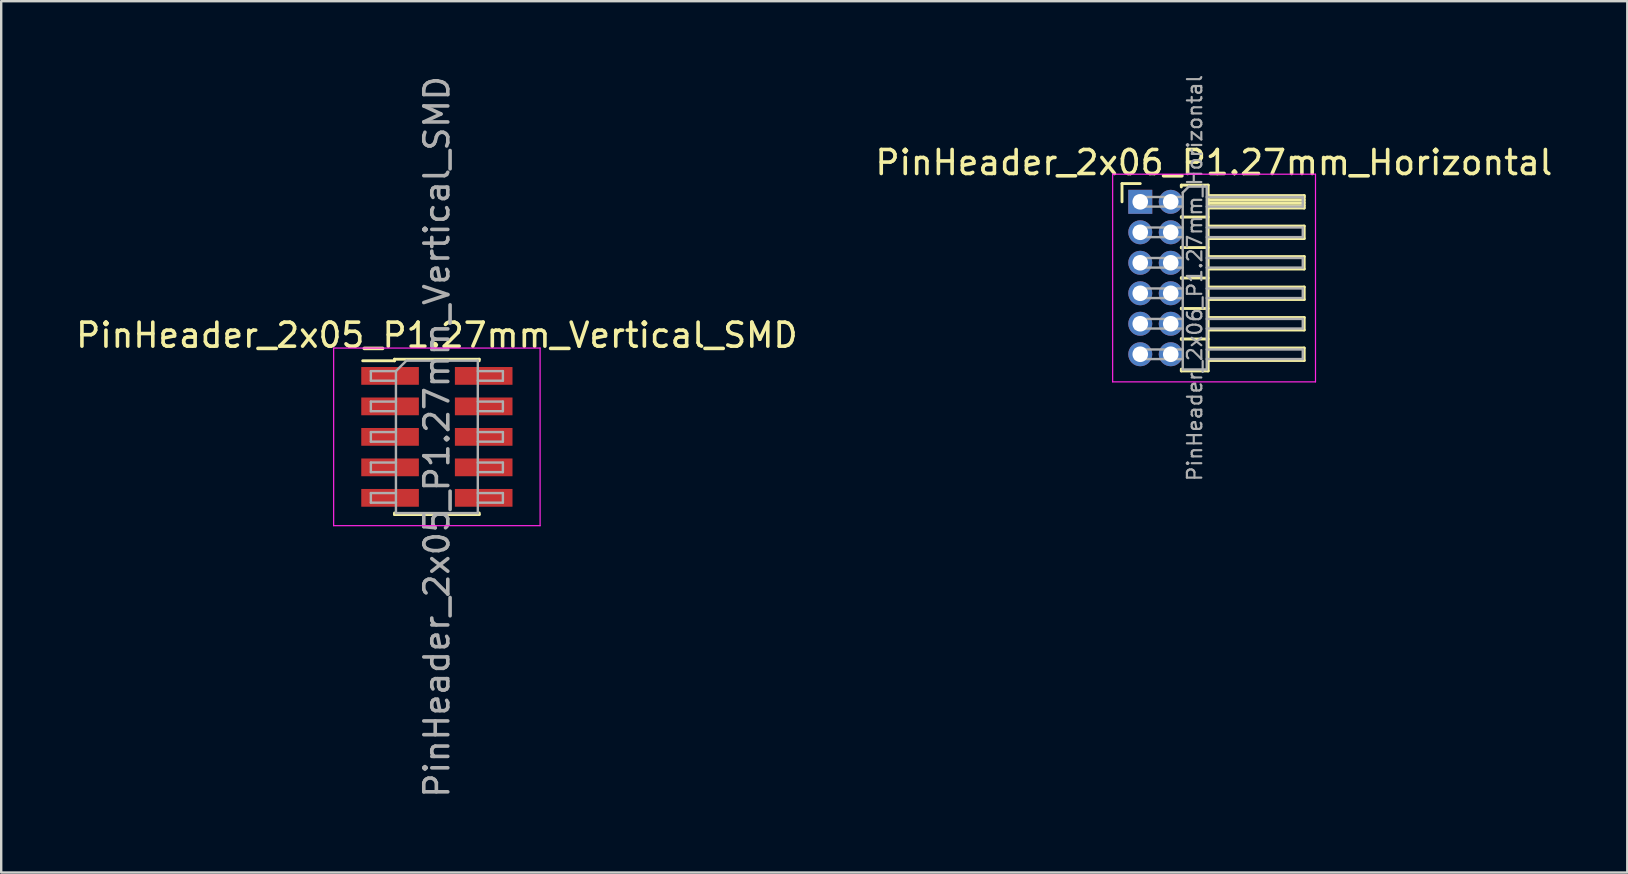
<source format=kicad_pcb>
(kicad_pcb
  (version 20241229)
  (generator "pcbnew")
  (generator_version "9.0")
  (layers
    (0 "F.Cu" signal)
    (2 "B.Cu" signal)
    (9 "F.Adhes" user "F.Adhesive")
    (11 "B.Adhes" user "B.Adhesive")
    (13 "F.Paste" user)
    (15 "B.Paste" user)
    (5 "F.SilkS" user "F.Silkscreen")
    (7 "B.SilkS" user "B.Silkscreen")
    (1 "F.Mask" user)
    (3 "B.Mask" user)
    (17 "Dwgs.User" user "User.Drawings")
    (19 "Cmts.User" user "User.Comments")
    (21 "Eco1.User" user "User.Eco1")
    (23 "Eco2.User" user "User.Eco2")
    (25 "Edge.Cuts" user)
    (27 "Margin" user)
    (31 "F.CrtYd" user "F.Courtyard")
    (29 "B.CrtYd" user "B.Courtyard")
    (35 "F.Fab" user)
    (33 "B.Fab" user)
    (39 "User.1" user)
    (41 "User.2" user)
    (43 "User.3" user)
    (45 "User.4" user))
  (footprint "PinHeader_2x06_P1.27mm_Horizontal"
    (layer "F.Cu")
    (at 44.45 5.357)
    (property "Reference" "PinHeader_2x06_P1.27mm_Horizontal" (at 3.067 -1.635 0) (layer "F.SilkS") (effects (font (size 1 1) (thickness 0.15))))
    (attr through_hole)
    (fp_line (start -0.76 -0.76) (end 0 -0.76) (stroke (width 0.12) (type solid)) (layer "F.SilkS"))
    (fp_line (start -0.76 0) (end -0.76 -0.76) (stroke (width 0.12) (type solid)) (layer "F.SilkS"))
    (fp_line (start 1.71 -0.695) (end 2.83 -0.695) (stroke (width 0.12) (type solid)) (layer "F.SilkS"))
    (fp_line (start 1.71 -0.62) (end 1.71 -0.695) (stroke (width 0.12) (type solid)) (layer "F.SilkS"))
    (fp_line (start 1.71 0.62) (end 1.71 0.65) (stroke (width 0.12) (type solid)) (layer "F.SilkS"))
    (fp_line (start 1.71 0.635) (end 2.83 0.635) (stroke (width 0.12) (type solid)) (layer "F.SilkS"))
    (fp_line (start 1.71 1.89) (end 1.71 1.92) (stroke (width 0.12) (type solid)) (layer "F.SilkS"))
    (fp_line (start 1.71 1.905) (end 2.83 1.905) (stroke (width 0.12) (type solid)) (layer "F.SilkS"))
    (fp_line (start 1.71 3.16) (end 1.71 3.19) (stroke (width 0.12) (type solid)) (layer "F.SilkS"))
    (fp_line (start 1.71 3.175) (end 2.83 3.175) (stroke (width 0.12) (type solid)) (layer "F.SilkS"))
    (fp_line (start 1.71 4.43) (end 1.71 4.46) (stroke (width 0.12) (type solid)) (layer "F.SilkS"))
    (fp_line (start 1.71 4.445) (end 2.83 4.445) (stroke (width 0.12) (type solid)) (layer "F.SilkS"))
    (fp_line (start 1.71 5.7) (end 1.71 5.73) (stroke (width 0.12) (type solid)) (layer "F.SilkS"))
    (fp_line (start 1.71 5.715) (end 2.83 5.715) (stroke (width 0.12) (type solid)) (layer "F.SilkS"))
    (fp_line (start 1.71 7.045) (end 1.71 6.97) (stroke (width 0.12) (type solid)) (layer "F.SilkS"))
    (fp_line (start 2.83 -0.695) (end 2.83 7.045) (stroke (width 0.12) (type solid)) (layer "F.SilkS"))
    (fp_line (start 2.83 -0.26) (end 6.83 -0.26) (stroke (width 0.12) (type solid)) (layer "F.SilkS"))
    (fp_line (start 2.83 -0.2) (end 6.83 -0.2) (stroke (width 0.12) (type solid)) (layer "F.SilkS"))
    (fp_line (start 2.83 -0.08) (end 6.83 -0.08) (stroke (width 0.12) (type solid)) (layer "F.SilkS"))
    (fp_line (start 2.83 0.04) (end 6.83 0.04) (stroke (width 0.12) (type solid)) (layer "F.SilkS"))
    (fp_line (start 2.83 0.16) (end 6.83 0.16) (stroke (width 0.12) (type solid)) (layer "F.SilkS"))
    (fp_line (start 2.83 1.01) (end 6.83 1.01) (stroke (width 0.12) (type solid)) (layer "F.SilkS"))
    (fp_line (start 2.83 2.28) (end 6.83 2.28) (stroke (width 0.12) (type solid)) (layer "F.SilkS"))
    (fp_line (start 2.83 3.55) (end 6.83 3.55) (stroke (width 0.12) (type solid)) (layer "F.SilkS"))
    (fp_line (start 2.83 4.82) (end 6.83 4.82) (stroke (width 0.12) (type solid)) (layer "F.SilkS"))
    (fp_line (start 2.83 6.09) (end 6.83 6.09) (stroke (width 0.12) (type solid)) (layer "F.SilkS"))
    (fp_line (start 2.83 7.045) (end 1.71 7.045) (stroke (width 0.12) (type solid)) (layer "F.SilkS"))
    (fp_line (start 6.83 -0.26) (end 6.83 0.26) (stroke (width 0.12) (type solid)) (layer "F.SilkS"))
    (fp_line (start 6.83 0.26) (end 2.83 0.26) (stroke (width 0.12) (type solid)) (layer "F.SilkS"))
    (fp_line (start 6.83 1.01) (end 6.83 1.53) (stroke (width 0.12) (type solid)) (layer "F.SilkS"))
    (fp_line (start 6.83 1.53) (end 2.83 1.53) (stroke (width 0.12) (type solid)) (layer "F.SilkS"))
    (fp_line (start 6.83 2.28) (end 6.83 2.8) (stroke (width 0.12) (type solid)) (layer "F.SilkS"))
    (fp_line (start 6.83 2.8) (end 2.83 2.8) (stroke (width 0.12) (type solid)) (layer "F.SilkS"))
    (fp_line (start 6.83 3.55) (end 6.83 4.07) (stroke (width 0.12) (type solid)) (layer "F.SilkS"))
    (fp_line (start 6.83 4.07) (end 2.83 4.07) (stroke (width 0.12) (type solid)) (layer "F.SilkS"))
    (fp_line (start 6.83 4.82) (end 6.83 5.34) (stroke (width 0.12) (type solid)) (layer "F.SilkS"))
    (fp_line (start 6.83 5.34) (end 2.83 5.34) (stroke (width 0.12) (type solid)) (layer "F.SilkS"))
    (fp_line (start 6.83 6.09) (end 6.83 6.61) (stroke (width 0.12) (type solid)) (layer "F.SilkS"))
    (fp_line (start 6.83 6.61) (end 2.83 6.61) (stroke (width 0.12) (type solid)) (layer "F.SilkS"))
    (fp_line (start -1.15 -1.15) (end -1.15 7.5) (stroke (width 0.05) (type solid)) (layer "F.CrtYd"))
    (fp_line (start -1.15 7.5) (end 7.3 7.5) (stroke (width 0.05) (type solid)) (layer "F.CrtYd"))
    (fp_line (start 7.3 -1.15) (end -1.15 -1.15) (stroke (width 0.05) (type solid)) (layer "F.CrtYd"))
    (fp_line (start 7.3 7.5) (end 7.3 -1.15) (stroke (width 0.05) (type solid)) (layer "F.CrtYd"))
    (fp_line (start -0.2 -0.2) (end -0.2 0.2) (stroke (width 0.1) (type solid)) (layer "F.Fab"))
    (fp_line (start -0.2 -0.2) (end 1.77 -0.2) (stroke (width 0.1) (type solid)) (layer "F.Fab"))
    (fp_line (start -0.2 0.2) (end 1.77 0.2) (stroke (width 0.1) (type solid)) (layer "F.Fab"))
    (fp_line (start -0.2 1.07) (end -0.2 1.47) (stroke (width 0.1) (type solid)) (layer "F.Fab"))
    (fp_line (start -0.2 1.07) (end 1.77 1.07) (stroke (width 0.1) (type solid)) (layer "F.Fab"))
    (fp_line (start -0.2 1.47) (end 1.77 1.47) (stroke (width 0.1) (type solid)) (layer "F.Fab"))
    (fp_line (start -0.2 2.34) (end -0.2 2.74) (stroke (width 0.1) (type solid)) (layer "F.Fab"))
    (fp_line (start -0.2 2.34) (end 1.77 2.34) (stroke (width 0.1) (type solid)) (layer "F.Fab"))
    (fp_line (start -0.2 2.74) (end 1.77 2.74) (stroke (width 0.1) (type solid)) (layer "F.Fab"))
    (fp_line (start -0.2 3.61) (end -0.2 4.01) (stroke (width 0.1) (type solid)) (layer "F.Fab"))
    (fp_line (start -0.2 3.61) (end 1.77 3.61) (stroke (width 0.1) (type solid)) (layer "F.Fab"))
    (fp_line (start -0.2 4.01) (end 1.77 4.01) (stroke (width 0.1) (type solid)) (layer "F.Fab"))
    (fp_line (start -0.2 4.88) (end -0.2 5.28) (stroke (width 0.1) (type solid)) (layer "F.Fab"))
    (fp_line (start -0.2 4.88) (end 1.77 4.88) (stroke (width 0.1) (type solid)) (layer "F.Fab"))
    (fp_line (start -0.2 5.28) (end 1.77 5.28) (stroke (width 0.1) (type solid)) (layer "F.Fab"))
    (fp_line (start -0.2 6.15) (end -0.2 6.55) (stroke (width 0.1) (type solid)) (layer "F.Fab"))
    (fp_line (start -0.2 6.15) (end 1.77 6.15) (stroke (width 0.1) (type solid)) (layer "F.Fab"))
    (fp_line (start -0.2 6.55) (end 1.77 6.55) (stroke (width 0.1) (type solid)) (layer "F.Fab"))
    (fp_line (start 1.77 -0.385) (end 2.02 -0.635) (stroke (width 0.1) (type solid)) (layer "F.Fab"))
    (fp_line (start 1.77 6.985) (end 1.77 -0.385) (stroke (width 0.1) (type solid)) (layer "F.Fab"))
    (fp_line (start 2.02 -0.635) (end 2.77 -0.635) (stroke (width 0.1) (type solid)) (layer "F.Fab"))
    (fp_line (start 2.77 -0.635) (end 2.77 6.985) (stroke (width 0.1) (type solid)) (layer "F.Fab"))
    (fp_line (start 2.77 -0.2) (end 6.77 -0.2) (stroke (width 0.1) (type solid)) (layer "F.Fab"))
    (fp_line (start 2.77 0.2) (end 6.77 0.2) (stroke (width 0.1) (type solid)) (layer "F.Fab"))
    (fp_line (start 2.77 1.07) (end 6.77 1.07) (stroke (width 0.1) (type solid)) (layer "F.Fab"))
    (fp_line (start 2.77 1.47) (end 6.77 1.47) (stroke (width 0.1) (type solid)) (layer "F.Fab"))
    (fp_line (start 2.77 2.34) (end 6.77 2.34) (stroke (width 0.1) (type solid)) (layer "F.Fab"))
    (fp_line (start 2.77 2.74) (end 6.77 2.74) (stroke (width 0.1) (type solid)) (layer "F.Fab"))
    (fp_line (start 2.77 3.61) (end 6.77 3.61) (stroke (width 0.1) (type solid)) (layer "F.Fab"))
    (fp_line (start 2.77 4.01) (end 6.77 4.01) (stroke (width 0.1) (type solid)) (layer "F.Fab"))
    (fp_line (start 2.77 4.88) (end 6.77 4.88) (stroke (width 0.1) (type solid)) (layer "F.Fab"))
    (fp_line (start 2.77 5.28) (end 6.77 5.28) (stroke (width 0.1) (type solid)) (layer "F.Fab"))
    (fp_line (start 2.77 6.15) (end 6.77 6.15) (stroke (width 0.1) (type solid)) (layer "F.Fab"))
    (fp_line (start 2.77 6.55) (end 6.77 6.55) (stroke (width 0.1) (type solid)) (layer "F.Fab"))
    (fp_line (start 2.77 6.985) (end 1.77 6.985) (stroke (width 0.1) (type solid)) (layer "F.Fab"))
    (fp_line (start 6.77 -0.2) (end 6.77 0.2) (stroke (width 0.1) (type solid)) (layer "F.Fab"))
    (fp_line (start 6.77 1.07) (end 6.77 1.47) (stroke (width 0.1) (type solid)) (layer "F.Fab"))
    (fp_line (start 6.77 2.34) (end 6.77 2.74) (stroke (width 0.1) (type solid)) (layer "F.Fab"))
    (fp_line (start 6.77 3.61) (end 6.77 4.01) (stroke (width 0.1) (type solid)) (layer "F.Fab"))
    (fp_line (start 6.77 4.88) (end 6.77 5.28) (stroke (width 0.1) (type solid)) (layer "F.Fab"))
    (fp_line (start 6.77 6.15) (end 6.77 6.55) (stroke (width 0.1) (type solid)) (layer "F.Fab"))
    (fp_text user "${REFERENCE}" (at 2.27 3.175 90) (layer "F.Fab") (effects (font (size 0.6 0.6) (thickness 0.09))))
    (pad "1" thru_hole rect (at 0 0) (size 1 1) (drill 0.65) (layers "*.Cu" "*.Mask"))
    (pad "2" thru_hole oval (at 1.27 0) (size 1 1) (drill 0.65) (layers "*.Cu" "*.Mask"))
    (pad "3" thru_hole oval (at 0 1.27) (size 1 1) (drill 0.65) (layers "*.Cu" "*.Mask"))
    (pad "4" thru_hole oval (at 1.27 1.27) (size 1 1) (drill 0.65) (layers "*.Cu" "*.Mask"))
    (pad "5" thru_hole oval (at 0 2.54) (size 1 1) (drill 0.65) (layers "*.Cu" "*.Mask"))
    (pad "6" thru_hole oval (at 1.27 2.54) (size 1 1) (drill 0.65) (layers "*.Cu" "*.Mask"))
    (pad "7" thru_hole oval (at 0 3.81) (size 1 1) (drill 0.65) (layers "*.Cu" "*.Mask"))
    (pad "8" thru_hole oval (at 1.27 3.81) (size 1 1) (drill 0.65) (layers "*.Cu" "*.Mask"))
    (pad "9" thru_hole oval (at 0 5.08) (size 1 1) (drill 0.65) (layers "*.Cu" "*.Mask"))
    (pad "10" thru_hole oval (at 1.27 5.08) (size 1 1) (drill 0.65) (layers "*.Cu" "*.Mask"))
    (pad "11" thru_hole oval (at 0 6.35) (size 1 1) (drill 0.65) (layers "*.Cu" "*.Mask"))
    (pad "12" thru_hole oval (at 1.27 6.35) (size 1 1) (drill 0.65) (layers "*.Cu" "*.Mask")))
  (footprint "PinHeader_2x05_P1.27mm_Vertical_SMD"
    (layer "F.Cu")
    (at 15.149 15.149)
    (property "Reference" "PinHeader_2x05_P1.27mm_Vertical_SMD" (at 0 -4.235 0) (layer "F.SilkS") (effects (font (size 1 1) (thickness 0.15))))
    (attr smd)
    (fp_line (start -3.09 -3.17) (end -1.765 -3.17) (stroke (width 0.12) (type solid)) (layer "F.SilkS"))
    (fp_line (start -1.765 -3.235) (end -1.765 -3.17) (stroke (width 0.12) (type solid)) (layer "F.SilkS"))
    (fp_line (start -1.765 -3.235) (end 1.765 -3.235) (stroke (width 0.12) (type solid)) (layer "F.SilkS"))
    (fp_line (start -1.765 3.17) (end -1.765 3.235) (stroke (width 0.12) (type solid)) (layer "F.SilkS"))
    (fp_line (start -1.765 3.235) (end 1.765 3.235) (stroke (width 0.12) (type solid)) (layer "F.SilkS"))
    (fp_line (start 1.765 -3.235) (end 1.765 -3.17) (stroke (width 0.12) (type solid)) (layer "F.SilkS"))
    (fp_line (start 1.765 3.17) (end 1.765 3.235) (stroke (width 0.12) (type solid)) (layer "F.SilkS"))
    (fp_line (start -4.3 -3.7) (end -4.3 3.7) (stroke (width 0.05) (type solid)) (layer "F.CrtYd"))
    (fp_line (start -4.3 3.7) (end 4.3 3.7) (stroke (width 0.05) (type solid)) (layer "F.CrtYd"))
    (fp_line (start 4.3 -3.7) (end -4.3 -3.7) (stroke (width 0.05) (type solid)) (layer "F.CrtYd"))
    (fp_line (start 4.3 3.7) (end 4.3 -3.7) (stroke (width 0.05) (type solid)) (layer "F.CrtYd"))
    (fp_line (start -2.75 -2.74) (end -2.75 -2.34) (stroke (width 0.1) (type solid)) (layer "F.Fab"))
    (fp_line (start -2.75 -2.34) (end -1.705 -2.34) (stroke (width 0.1) (type solid)) (layer "F.Fab"))
    (fp_line (start -2.75 -1.47) (end -2.75 -1.07) (stroke (width 0.1) (type solid)) (layer "F.Fab"))
    (fp_line (start -2.75 -1.07) (end -1.705 -1.07) (stroke (width 0.1) (type solid)) (layer "F.Fab"))
    (fp_line (start -2.75 -0.2) (end -2.75 0.2) (stroke (width 0.1) (type solid)) (layer "F.Fab"))
    (fp_line (start -2.75 0.2) (end -1.705 0.2) (stroke (width 0.1) (type solid)) (layer "F.Fab"))
    (fp_line (start -2.75 1.07) (end -2.75 1.47) (stroke (width 0.1) (type solid)) (layer "F.Fab"))
    (fp_line (start -2.75 1.47) (end -1.705 1.47) (stroke (width 0.1) (type solid)) (layer "F.Fab"))
    (fp_line (start -2.75 2.34) (end -2.75 2.74) (stroke (width 0.1) (type solid)) (layer "F.Fab"))
    (fp_line (start -2.75 2.74) (end -1.705 2.74) (stroke (width 0.1) (type solid)) (layer "F.Fab"))
    (fp_line (start -1.705 -2.74) (end -2.75 -2.74) (stroke (width 0.1) (type solid)) (layer "F.Fab"))
    (fp_line (start -1.705 -2.74) (end -1.27 -3.175) (stroke (width 0.1) (type solid)) (layer "F.Fab"))
    (fp_line (start -1.705 -1.47) (end -2.75 -1.47) (stroke (width 0.1) (type solid)) (layer "F.Fab"))
    (fp_line (start -1.705 -0.2) (end -2.75 -0.2) (stroke (width 0.1) (type solid)) (layer "F.Fab"))
    (fp_line (start -1.705 1.07) (end -2.75 1.07) (stroke (width 0.1) (type solid)) (layer "F.Fab"))
    (fp_line (start -1.705 2.34) (end -2.75 2.34) (stroke (width 0.1) (type solid)) (layer "F.Fab"))
    (fp_line (start -1.705 3.175) (end -1.705 -2.74) (stroke (width 0.1) (type solid)) (layer "F.Fab"))
    (fp_line (start -1.27 -3.175) (end 1.705 -3.175) (stroke (width 0.1) (type solid)) (layer "F.Fab"))
    (fp_line (start 1.705 -3.175) (end 1.705 3.175) (stroke (width 0.1) (type solid)) (layer "F.Fab"))
    (fp_line (start 1.705 -2.74) (end 2.75 -2.74) (stroke (width 0.1) (type solid)) (layer "F.Fab"))
    (fp_line (start 1.705 -1.47) (end 2.75 -1.47) (stroke (width 0.1) (type solid)) (layer "F.Fab"))
    (fp_line (start 1.705 -0.2) (end 2.75 -0.2) (stroke (width 0.1) (type solid)) (layer "F.Fab"))
    (fp_line (start 1.705 1.07) (end 2.75 1.07) (stroke (width 0.1) (type solid)) (layer "F.Fab"))
    (fp_line (start 1.705 2.34) (end 2.75 2.34) (stroke (width 0.1) (type solid)) (layer "F.Fab"))
    (fp_line (start 1.705 3.175) (end -1.705 3.175) (stroke (width 0.1) (type solid)) (layer "F.Fab"))
    (fp_line (start 2.75 -2.74) (end 2.75 -2.34) (stroke (width 0.1) (type solid)) (layer "F.Fab"))
    (fp_line (start 2.75 -2.34) (end 1.705 -2.34) (stroke (width 0.1) (type solid)) (layer "F.Fab"))
    (fp_line (start 2.75 -1.47) (end 2.75 -1.07) (stroke (width 0.1) (type solid)) (layer "F.Fab"))
    (fp_line (start 2.75 -1.07) (end 1.705 -1.07) (stroke (width 0.1) (type solid)) (layer "F.Fab"))
    (fp_line (start 2.75 -0.2) (end 2.75 0.2) (stroke (width 0.1) (type solid)) (layer "F.Fab"))
    (fp_line (start 2.75 0.2) (end 1.705 0.2) (stroke (width 0.1) (type solid)) (layer "F.Fab"))
    (fp_line (start 2.75 1.07) (end 2.75 1.47) (stroke (width 0.1) (type solid)) (layer "F.Fab"))
    (fp_line (start 2.75 1.47) (end 1.705 1.47) (stroke (width 0.1) (type solid)) (layer "F.Fab"))
    (fp_line (start 2.75 2.34) (end 2.75 2.74) (stroke (width 0.1) (type solid)) (layer "F.Fab"))
    (fp_line (start 2.75 2.74) (end 1.705 2.74) (stroke (width 0.1) (type solid)) (layer "F.Fab"))
    (fp_text user "${REFERENCE}" (at 0 0 90) (layer "F.Fab") (effects (font (size 1 1) (thickness 0.15))))
    (pad "1" smd rect (at -1.95 -2.54) (size 2.4 0.74) (layers "F.Cu" "F.Mask" "F.Paste"))
    (pad "2" smd rect (at 1.95 -2.54) (size 2.4 0.74) (layers "F.Cu" "F.Mask" "F.Paste"))
    (pad "3" smd rect (at -1.95 -1.27) (size 2.4 0.74) (layers "F.Cu" "F.Mask" "F.Paste"))
    (pad "4" smd rect (at 1.95 -1.27) (size 2.4 0.74) (layers "F.Cu" "F.Mask" "F.Paste"))
    (pad "5" smd rect (at -1.95 0) (size 2.4 0.74) (layers "F.Cu" "F.Mask" "F.Paste"))
    (pad "6" smd rect (at 1.95 0) (size 2.4 0.74) (layers "F.Cu" "F.Mask" "F.Paste"))
    (pad "7" smd rect (at -1.95 1.27) (size 2.4 0.74) (layers "F.Cu" "F.Mask" "F.Paste"))
    (pad "8" smd rect (at 1.95 1.27) (size 2.4 0.74) (layers "F.Cu" "F.Mask" "F.Paste"))
    (pad "9" smd rect (at -1.95 2.54) (size 2.4 0.74) (layers "F.Cu" "F.Mask" "F.Paste"))
    (pad "10" smd rect (at 1.95 2.54) (size 2.4 0.74) (layers "F.Cu" "F.Mask" "F.Paste")))
  (gr_rect
    (start -3 -3)
    (end 64.738 33.298)
    (stroke (width 0.1) (type default))
    (fill no)
    (layer "Edge.Cuts")))
</source>
